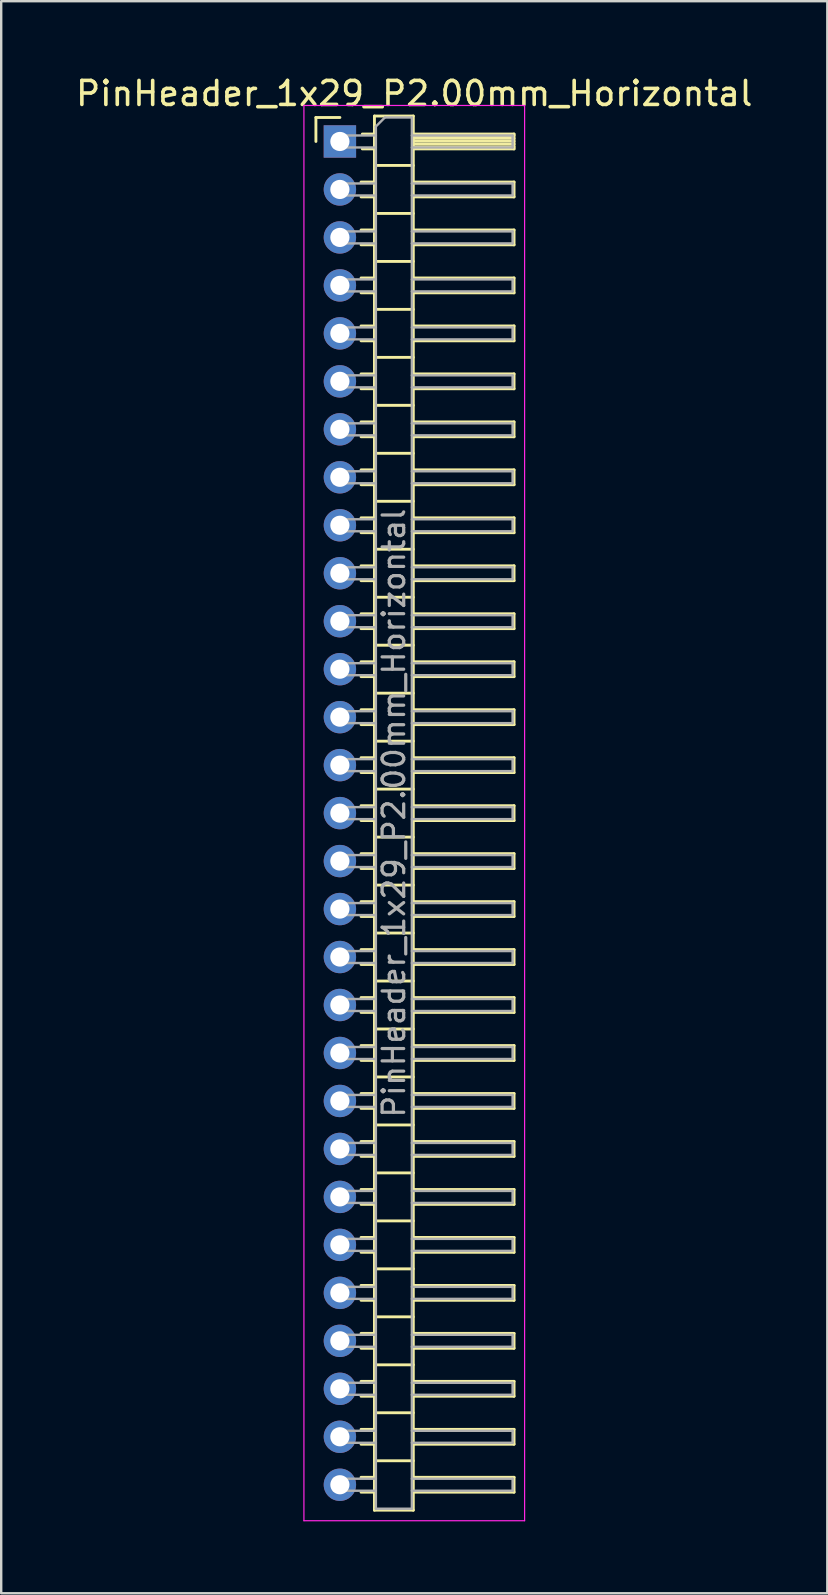
<source format=kicad_pcb>
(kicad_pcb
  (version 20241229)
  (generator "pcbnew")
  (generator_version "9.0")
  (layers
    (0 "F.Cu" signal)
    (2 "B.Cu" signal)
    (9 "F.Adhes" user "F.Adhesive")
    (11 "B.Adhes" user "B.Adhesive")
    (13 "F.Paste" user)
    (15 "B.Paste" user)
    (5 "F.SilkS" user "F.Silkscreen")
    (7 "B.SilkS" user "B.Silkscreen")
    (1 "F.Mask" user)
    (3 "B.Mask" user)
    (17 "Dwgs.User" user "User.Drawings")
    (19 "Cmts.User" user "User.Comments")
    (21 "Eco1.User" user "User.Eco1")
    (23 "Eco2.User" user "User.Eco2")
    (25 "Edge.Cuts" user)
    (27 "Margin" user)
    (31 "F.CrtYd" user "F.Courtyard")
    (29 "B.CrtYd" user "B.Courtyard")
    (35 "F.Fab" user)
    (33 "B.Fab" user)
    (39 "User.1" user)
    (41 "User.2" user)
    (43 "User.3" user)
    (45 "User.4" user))
  (footprint "PinHeader_1x29_P2.00mm_Horizontal"
    (layer "F.Cu")
    (at 11.12 2.848)
    (property "Reference" "PinHeader_1x29_P2.00mm_Horizontal" (at 3.1 -2 0) (layer "F.SilkS") (effects (font (size 1 1) (thickness 0.15))))
    (attr through_hole)
    (fp_line (start -1 -1) (end 0 -1) (stroke (width 0.12) (type solid)) (layer "F.SilkS"))
    (fp_line (start -1 0) (end -1 -1) (stroke (width 0.12) (type solid)) (layer "F.SilkS"))
    (fp_line (start 0.882 1.69) (end 1.44 1.69) (stroke (width 0.12) (type solid)) (layer "F.SilkS"))
    (fp_line (start 0.882 2.31) (end 1.44 2.31) (stroke (width 0.12) (type solid)) (layer "F.SilkS"))
    (fp_line (start 0.882 3.69) (end 1.44 3.69) (stroke (width 0.12) (type solid)) (layer "F.SilkS"))
    (fp_line (start 0.882 4.31) (end 1.44 4.31) (stroke (width 0.12) (type solid)) (layer "F.SilkS"))
    (fp_line (start 0.882 5.69) (end 1.44 5.69) (stroke (width 0.12) (type solid)) (layer "F.SilkS"))
    (fp_line (start 0.882 6.31) (end 1.44 6.31) (stroke (width 0.12) (type solid)) (layer "F.SilkS"))
    (fp_line (start 0.882 7.69) (end 1.44 7.69) (stroke (width 0.12) (type solid)) (layer "F.SilkS"))
    (fp_line (start 0.882 8.31) (end 1.44 8.31) (stroke (width 0.12) (type solid)) (layer "F.SilkS"))
    (fp_line (start 0.882 9.69) (end 1.44 9.69) (stroke (width 0.12) (type solid)) (layer "F.SilkS"))
    (fp_line (start 0.882 10.31) (end 1.44 10.31) (stroke (width 0.12) (type solid)) (layer "F.SilkS"))
    (fp_line (start 0.882 11.69) (end 1.44 11.69) (stroke (width 0.12) (type solid)) (layer "F.SilkS"))
    (fp_line (start 0.882 12.31) (end 1.44 12.31) (stroke (width 0.12) (type solid)) (layer "F.SilkS"))
    (fp_line (start 0.882 13.69) (end 1.44 13.69) (stroke (width 0.12) (type solid)) (layer "F.SilkS"))
    (fp_line (start 0.882 14.31) (end 1.44 14.31) (stroke (width 0.12) (type solid)) (layer "F.SilkS"))
    (fp_line (start 0.882 15.69) (end 1.44 15.69) (stroke (width 0.12) (type solid)) (layer "F.SilkS"))
    (fp_line (start 0.882 16.31) (end 1.44 16.31) (stroke (width 0.12) (type solid)) (layer "F.SilkS"))
    (fp_line (start 0.882 17.69) (end 1.44 17.69) (stroke (width 0.12) (type solid)) (layer "F.SilkS"))
    (fp_line (start 0.882 18.31) (end 1.44 18.31) (stroke (width 0.12) (type solid)) (layer "F.SilkS"))
    (fp_line (start 0.882 19.69) (end 1.44 19.69) (stroke (width 0.12) (type solid)) (layer "F.SilkS"))
    (fp_line (start 0.882 20.31) (end 1.44 20.31) (stroke (width 0.12) (type solid)) (layer "F.SilkS"))
    (fp_line (start 0.882 21.69) (end 1.44 21.69) (stroke (width 0.12) (type solid)) (layer "F.SilkS"))
    (fp_line (start 0.882 22.31) (end 1.44 22.31) (stroke (width 0.12) (type solid)) (layer "F.SilkS"))
    (fp_line (start 0.882 23.69) (end 1.44 23.69) (stroke (width 0.12) (type solid)) (layer "F.SilkS"))
    (fp_line (start 0.882 24.31) (end 1.44 24.31) (stroke (width 0.12) (type solid)) (layer "F.SilkS"))
    (fp_line (start 0.882 25.69) (end 1.44 25.69) (stroke (width 0.12) (type solid)) (layer "F.SilkS"))
    (fp_line (start 0.882 26.31) (end 1.44 26.31) (stroke (width 0.12) (type solid)) (layer "F.SilkS"))
    (fp_line (start 0.882 27.69) (end 1.44 27.69) (stroke (width 0.12) (type solid)) (layer "F.SilkS"))
    (fp_line (start 0.882 28.31) (end 1.44 28.31) (stroke (width 0.12) (type solid)) (layer "F.SilkS"))
    (fp_line (start 0.882 29.69) (end 1.44 29.69) (stroke (width 0.12) (type solid)) (layer "F.SilkS"))
    (fp_line (start 0.882 30.31) (end 1.44 30.31) (stroke (width 0.12) (type solid)) (layer "F.SilkS"))
    (fp_line (start 0.882 31.69) (end 1.44 31.69) (stroke (width 0.12) (type solid)) (layer "F.SilkS"))
    (fp_line (start 0.882 32.31) (end 1.44 32.31) (stroke (width 0.12) (type solid)) (layer "F.SilkS"))
    (fp_line (start 0.882 33.69) (end 1.44 33.69) (stroke (width 0.12) (type solid)) (layer "F.SilkS"))
    (fp_line (start 0.882 34.31) (end 1.44 34.31) (stroke (width 0.12) (type solid)) (layer "F.SilkS"))
    (fp_line (start 0.882 35.69) (end 1.44 35.69) (stroke (width 0.12) (type solid)) (layer "F.SilkS"))
    (fp_line (start 0.882 36.31) (end 1.44 36.31) (stroke (width 0.12) (type solid)) (layer "F.SilkS"))
    (fp_line (start 0.882 37.69) (end 1.44 37.69) (stroke (width 0.12) (type solid)) (layer "F.SilkS"))
    (fp_line (start 0.882 38.31) (end 1.44 38.31) (stroke (width 0.12) (type solid)) (layer "F.SilkS"))
    (fp_line (start 0.882 39.69) (end 1.44 39.69) (stroke (width 0.12) (type solid)) (layer "F.SilkS"))
    (fp_line (start 0.882 40.31) (end 1.44 40.31) (stroke (width 0.12) (type solid)) (layer "F.SilkS"))
    (fp_line (start 0.882 41.69) (end 1.44 41.69) (stroke (width 0.12) (type solid)) (layer "F.SilkS"))
    (fp_line (start 0.882 42.31) (end 1.44 42.31) (stroke (width 0.12) (type solid)) (layer "F.SilkS"))
    (fp_line (start 0.882 43.69) (end 1.44 43.69) (stroke (width 0.12) (type solid)) (layer "F.SilkS"))
    (fp_line (start 0.882 44.31) (end 1.44 44.31) (stroke (width 0.12) (type solid)) (layer "F.SilkS"))
    (fp_line (start 0.882 45.69) (end 1.44 45.69) (stroke (width 0.12) (type solid)) (layer "F.SilkS"))
    (fp_line (start 0.882 46.31) (end 1.44 46.31) (stroke (width 0.12) (type solid)) (layer "F.SilkS"))
    (fp_line (start 0.882 47.69) (end 1.44 47.69) (stroke (width 0.12) (type solid)) (layer "F.SilkS"))
    (fp_line (start 0.882 48.31) (end 1.44 48.31) (stroke (width 0.12) (type solid)) (layer "F.SilkS"))
    (fp_line (start 0.882 49.69) (end 1.44 49.69) (stroke (width 0.12) (type solid)) (layer "F.SilkS"))
    (fp_line (start 0.882 50.31) (end 1.44 50.31) (stroke (width 0.12) (type solid)) (layer "F.SilkS"))
    (fp_line (start 0.882 51.69) (end 1.44 51.69) (stroke (width 0.12) (type solid)) (layer "F.SilkS"))
    (fp_line (start 0.882 52.31) (end 1.44 52.31) (stroke (width 0.12) (type solid)) (layer "F.SilkS"))
    (fp_line (start 0.882 53.69) (end 1.44 53.69) (stroke (width 0.12) (type solid)) (layer "F.SilkS"))
    (fp_line (start 0.882 54.31) (end 1.44 54.31) (stroke (width 0.12) (type solid)) (layer "F.SilkS"))
    (fp_line (start 0.882 55.69) (end 1.44 55.69) (stroke (width 0.12) (type solid)) (layer "F.SilkS"))
    (fp_line (start 0.882 56.31) (end 1.44 56.31) (stroke (width 0.12) (type solid)) (layer "F.SilkS"))
    (fp_line (start 0.935 -0.31) (end 1.44 -0.31) (stroke (width 0.12) (type solid)) (layer "F.SilkS"))
    (fp_line (start 0.935 0.31) (end 1.44 0.31) (stroke (width 0.12) (type solid)) (layer "F.SilkS"))
    (fp_line (start 1.44 -1.06) (end 1.44 57.06) (stroke (width 0.12) (type solid)) (layer "F.SilkS"))
    (fp_line (start 1.44 1) (end 3.06 1) (stroke (width 0.12) (type solid)) (layer "F.SilkS"))
    (fp_line (start 1.44 3) (end 3.06 3) (stroke (width 0.12) (type solid)) (layer "F.SilkS"))
    (fp_line (start 1.44 5) (end 3.06 5) (stroke (width 0.12) (type solid)) (layer "F.SilkS"))
    (fp_line (start 1.44 7) (end 3.06 7) (stroke (width 0.12) (type solid)) (layer "F.SilkS"))
    (fp_line (start 1.44 9) (end 3.06 9) (stroke (width 0.12) (type solid)) (layer "F.SilkS"))
    (fp_line (start 1.44 11) (end 3.06 11) (stroke (width 0.12) (type solid)) (layer "F.SilkS"))
    (fp_line (start 1.44 13) (end 3.06 13) (stroke (width 0.12) (type solid)) (layer "F.SilkS"))
    (fp_line (start 1.44 15) (end 3.06 15) (stroke (width 0.12) (type solid)) (layer "F.SilkS"))
    (fp_line (start 1.44 17) (end 3.06 17) (stroke (width 0.12) (type solid)) (layer "F.SilkS"))
    (fp_line (start 1.44 19) (end 3.06 19) (stroke (width 0.12) (type solid)) (layer "F.SilkS"))
    (fp_line (start 1.44 21) (end 3.06 21) (stroke (width 0.12) (type solid)) (layer "F.SilkS"))
    (fp_line (start 1.44 23) (end 3.06 23) (stroke (width 0.12) (type solid)) (layer "F.SilkS"))
    (fp_line (start 1.44 25) (end 3.06 25) (stroke (width 0.12) (type solid)) (layer "F.SilkS"))
    (fp_line (start 1.44 27) (end 3.06 27) (stroke (width 0.12) (type solid)) (layer "F.SilkS"))
    (fp_line (start 1.44 29) (end 3.06 29) (stroke (width 0.12) (type solid)) (layer "F.SilkS"))
    (fp_line (start 1.44 31) (end 3.06 31) (stroke (width 0.12) (type solid)) (layer "F.SilkS"))
    (fp_line (start 1.44 33) (end 3.06 33) (stroke (width 0.12) (type solid)) (layer "F.SilkS"))
    (fp_line (start 1.44 35) (end 3.06 35) (stroke (width 0.12) (type solid)) (layer "F.SilkS"))
    (fp_line (start 1.44 37) (end 3.06 37) (stroke (width 0.12) (type solid)) (layer "F.SilkS"))
    (fp_line (start 1.44 39) (end 3.06 39) (stroke (width 0.12) (type solid)) (layer "F.SilkS"))
    (fp_line (start 1.44 41) (end 3.06 41) (stroke (width 0.12) (type solid)) (layer "F.SilkS"))
    (fp_line (start 1.44 43) (end 3.06 43) (stroke (width 0.12) (type solid)) (layer "F.SilkS"))
    (fp_line (start 1.44 45) (end 3.06 45) (stroke (width 0.12) (type solid)) (layer "F.SilkS"))
    (fp_line (start 1.44 47) (end 3.06 47) (stroke (width 0.12) (type solid)) (layer "F.SilkS"))
    (fp_line (start 1.44 49) (end 3.06 49) (stroke (width 0.12) (type solid)) (layer "F.SilkS"))
    (fp_line (start 1.44 51) (end 3.06 51) (stroke (width 0.12) (type solid)) (layer "F.SilkS"))
    (fp_line (start 1.44 53) (end 3.06 53) (stroke (width 0.12) (type solid)) (layer "F.SilkS"))
    (fp_line (start 1.44 55) (end 3.06 55) (stroke (width 0.12) (type solid)) (layer "F.SilkS"))
    (fp_line (start 1.44 57.06) (end 3.06 57.06) (stroke (width 0.12) (type solid)) (layer "F.SilkS"))
    (fp_line (start 3.06 -1.06) (end 1.44 -1.06) (stroke (width 0.12) (type solid)) (layer "F.SilkS"))
    (fp_line (start 3.06 -0.31) (end 7.26 -0.31) (stroke (width 0.12) (type solid)) (layer "F.SilkS"))
    (fp_line (start 3.06 -0.25) (end 7.26 -0.25) (stroke (width 0.12) (type solid)) (layer "F.SilkS"))
    (fp_line (start 3.06 -0.13) (end 7.26 -0.13) (stroke (width 0.12) (type solid)) (layer "F.SilkS"))
    (fp_line (start 3.06 -0.01) (end 7.26 -0.01) (stroke (width 0.12) (type solid)) (layer "F.SilkS"))
    (fp_line (start 3.06 0.11) (end 7.26 0.11) (stroke (width 0.12) (type solid)) (layer "F.SilkS"))
    (fp_line (start 3.06 0.23) (end 7.26 0.23) (stroke (width 0.12) (type solid)) (layer "F.SilkS"))
    (fp_line (start 3.06 1.69) (end 7.26 1.69) (stroke (width 0.12) (type solid)) (layer "F.SilkS"))
    (fp_line (start 3.06 3.69) (end 7.26 3.69) (stroke (width 0.12) (type solid)) (layer "F.SilkS"))
    (fp_line (start 3.06 5.69) (end 7.26 5.69) (stroke (width 0.12) (type solid)) (layer "F.SilkS"))
    (fp_line (start 3.06 7.69) (end 7.26 7.69) (stroke (width 0.12) (type solid)) (layer "F.SilkS"))
    (fp_line (start 3.06 9.69) (end 7.26 9.69) (stroke (width 0.12) (type solid)) (layer "F.SilkS"))
    (fp_line (start 3.06 11.69) (end 7.26 11.69) (stroke (width 0.12) (type solid)) (layer "F.SilkS"))
    (fp_line (start 3.06 13.69) (end 7.26 13.69) (stroke (width 0.12) (type solid)) (layer "F.SilkS"))
    (fp_line (start 3.06 15.69) (end 7.26 15.69) (stroke (width 0.12) (type solid)) (layer "F.SilkS"))
    (fp_line (start 3.06 17.69) (end 7.26 17.69) (stroke (width 0.12) (type solid)) (layer "F.SilkS"))
    (fp_line (start 3.06 19.69) (end 7.26 19.69) (stroke (width 0.12) (type solid)) (layer "F.SilkS"))
    (fp_line (start 3.06 21.69) (end 7.26 21.69) (stroke (width 0.12) (type solid)) (layer "F.SilkS"))
    (fp_line (start 3.06 23.69) (end 7.26 23.69) (stroke (width 0.12) (type solid)) (layer "F.SilkS"))
    (fp_line (start 3.06 25.69) (end 7.26 25.69) (stroke (width 0.12) (type solid)) (layer "F.SilkS"))
    (fp_line (start 3.06 27.69) (end 7.26 27.69) (stroke (width 0.12) (type solid)) (layer "F.SilkS"))
    (fp_line (start 3.06 29.69) (end 7.26 29.69) (stroke (width 0.12) (type solid)) (layer "F.SilkS"))
    (fp_line (start 3.06 31.69) (end 7.26 31.69) (stroke (width 0.12) (type solid)) (layer "F.SilkS"))
    (fp_line (start 3.06 33.69) (end 7.26 33.69) (stroke (width 0.12) (type solid)) (layer "F.SilkS"))
    (fp_line (start 3.06 35.69) (end 7.26 35.69) (stroke (width 0.12) (type solid)) (layer "F.SilkS"))
    (fp_line (start 3.06 37.69) (end 7.26 37.69) (stroke (width 0.12) (type solid)) (layer "F.SilkS"))
    (fp_line (start 3.06 39.69) (end 7.26 39.69) (stroke (width 0.12) (type solid)) (layer "F.SilkS"))
    (fp_line (start 3.06 41.69) (end 7.26 41.69) (stroke (width 0.12) (type solid)) (layer "F.SilkS"))
    (fp_line (start 3.06 43.69) (end 7.26 43.69) (stroke (width 0.12) (type solid)) (layer "F.SilkS"))
    (fp_line (start 3.06 45.69) (end 7.26 45.69) (stroke (width 0.12) (type solid)) (layer "F.SilkS"))
    (fp_line (start 3.06 47.69) (end 7.26 47.69) (stroke (width 0.12) (type solid)) (layer "F.SilkS"))
    (fp_line (start 3.06 49.69) (end 7.26 49.69) (stroke (width 0.12) (type solid)) (layer "F.SilkS"))
    (fp_line (start 3.06 51.69) (end 7.26 51.69) (stroke (width 0.12) (type solid)) (layer "F.SilkS"))
    (fp_line (start 3.06 53.69) (end 7.26 53.69) (stroke (width 0.12) (type solid)) (layer "F.SilkS"))
    (fp_line (start 3.06 55.69) (end 7.26 55.69) (stroke (width 0.12) (type solid)) (layer "F.SilkS"))
    (fp_line (start 3.06 57.06) (end 3.06 -1.06) (stroke (width 0.12) (type solid)) (layer "F.SilkS"))
    (fp_line (start 7.26 -0.31) (end 7.26 0.31) (stroke (width 0.12) (type solid)) (layer "F.SilkS"))
    (fp_line (start 7.26 0.31) (end 3.06 0.31) (stroke (width 0.12) (type solid)) (layer "F.SilkS"))
    (fp_line (start 7.26 1.69) (end 7.26 2.31) (stroke (width 0.12) (type solid)) (layer "F.SilkS"))
    (fp_line (start 7.26 2.31) (end 3.06 2.31) (stroke (width 0.12) (type solid)) (layer "F.SilkS"))
    (fp_line (start 7.26 3.69) (end 7.26 4.31) (stroke (width 0.12) (type solid)) (layer "F.SilkS"))
    (fp_line (start 7.26 4.31) (end 3.06 4.31) (stroke (width 0.12) (type solid)) (layer "F.SilkS"))
    (fp_line (start 7.26 5.69) (end 7.26 6.31) (stroke (width 0.12) (type solid)) (layer "F.SilkS"))
    (fp_line (start 7.26 6.31) (end 3.06 6.31) (stroke (width 0.12) (type solid)) (layer "F.SilkS"))
    (fp_line (start 7.26 7.69) (end 7.26 8.31) (stroke (width 0.12) (type solid)) (layer "F.SilkS"))
    (fp_line (start 7.26 8.31) (end 3.06 8.31) (stroke (width 0.12) (type solid)) (layer "F.SilkS"))
    (fp_line (start 7.26 9.69) (end 7.26 10.31) (stroke (width 0.12) (type solid)) (layer "F.SilkS"))
    (fp_line (start 7.26 10.31) (end 3.06 10.31) (stroke (width 0.12) (type solid)) (layer "F.SilkS"))
    (fp_line (start 7.26 11.69) (end 7.26 12.31) (stroke (width 0.12) (type solid)) (layer "F.SilkS"))
    (fp_line (start 7.26 12.31) (end 3.06 12.31) (stroke (width 0.12) (type solid)) (layer "F.SilkS"))
    (fp_line (start 7.26 13.69) (end 7.26 14.31) (stroke (width 0.12) (type solid)) (layer "F.SilkS"))
    (fp_line (start 7.26 14.31) (end 3.06 14.31) (stroke (width 0.12) (type solid)) (layer "F.SilkS"))
    (fp_line (start 7.26 15.69) (end 7.26 16.31) (stroke (width 0.12) (type solid)) (layer "F.SilkS"))
    (fp_line (start 7.26 16.31) (end 3.06 16.31) (stroke (width 0.12) (type solid)) (layer "F.SilkS"))
    (fp_line (start 7.26 17.69) (end 7.26 18.31) (stroke (width 0.12) (type solid)) (layer "F.SilkS"))
    (fp_line (start 7.26 18.31) (end 3.06 18.31) (stroke (width 0.12) (type solid)) (layer "F.SilkS"))
    (fp_line (start 7.26 19.69) (end 7.26 20.31) (stroke (width 0.12) (type solid)) (layer "F.SilkS"))
    (fp_line (start 7.26 20.31) (end 3.06 20.31) (stroke (width 0.12) (type solid)) (layer "F.SilkS"))
    (fp_line (start 7.26 21.69) (end 7.26 22.31) (stroke (width 0.12) (type solid)) (layer "F.SilkS"))
    (fp_line (start 7.26 22.31) (end 3.06 22.31) (stroke (width 0.12) (type solid)) (layer "F.SilkS"))
    (fp_line (start 7.26 23.69) (end 7.26 24.31) (stroke (width 0.12) (type solid)) (layer "F.SilkS"))
    (fp_line (start 7.26 24.31) (end 3.06 24.31) (stroke (width 0.12) (type solid)) (layer "F.SilkS"))
    (fp_line (start 7.26 25.69) (end 7.26 26.31) (stroke (width 0.12) (type solid)) (layer "F.SilkS"))
    (fp_line (start 7.26 26.31) (end 3.06 26.31) (stroke (width 0.12) (type solid)) (layer "F.SilkS"))
    (fp_line (start 7.26 27.69) (end 7.26 28.31) (stroke (width 0.12) (type solid)) (layer "F.SilkS"))
    (fp_line (start 7.26 28.31) (end 3.06 28.31) (stroke (width 0.12) (type solid)) (layer "F.SilkS"))
    (fp_line (start 7.26 29.69) (end 7.26 30.31) (stroke (width 0.12) (type solid)) (layer "F.SilkS"))
    (fp_line (start 7.26 30.31) (end 3.06 30.31) (stroke (width 0.12) (type solid)) (layer "F.SilkS"))
    (fp_line (start 7.26 31.69) (end 7.26 32.31) (stroke (width 0.12) (type solid)) (layer "F.SilkS"))
    (fp_line (start 7.26 32.31) (end 3.06 32.31) (stroke (width 0.12) (type solid)) (layer "F.SilkS"))
    (fp_line (start 7.26 33.69) (end 7.26 34.31) (stroke (width 0.12) (type solid)) (layer "F.SilkS"))
    (fp_line (start 7.26 34.31) (end 3.06 34.31) (stroke (width 0.12) (type solid)) (layer "F.SilkS"))
    (fp_line (start 7.26 35.69) (end 7.26 36.31) (stroke (width 0.12) (type solid)) (layer "F.SilkS"))
    (fp_line (start 7.26 36.31) (end 3.06 36.31) (stroke (width 0.12) (type solid)) (layer "F.SilkS"))
    (fp_line (start 7.26 37.69) (end 7.26 38.31) (stroke (width 0.12) (type solid)) (layer "F.SilkS"))
    (fp_line (start 7.26 38.31) (end 3.06 38.31) (stroke (width 0.12) (type solid)) (layer "F.SilkS"))
    (fp_line (start 7.26 39.69) (end 7.26 40.31) (stroke (width 0.12) (type solid)) (layer "F.SilkS"))
    (fp_line (start 7.26 40.31) (end 3.06 40.31) (stroke (width 0.12) (type solid)) (layer "F.SilkS"))
    (fp_line (start 7.26 41.69) (end 7.26 42.31) (stroke (width 0.12) (type solid)) (layer "F.SilkS"))
    (fp_line (start 7.26 42.31) (end 3.06 42.31) (stroke (width 0.12) (type solid)) (layer "F.SilkS"))
    (fp_line (start 7.26 43.69) (end 7.26 44.31) (stroke (width 0.12) (type solid)) (layer "F.SilkS"))
    (fp_line (start 7.26 44.31) (end 3.06 44.31) (stroke (width 0.12) (type solid)) (layer "F.SilkS"))
    (fp_line (start 7.26 45.69) (end 7.26 46.31) (stroke (width 0.12) (type solid)) (layer "F.SilkS"))
    (fp_line (start 7.26 46.31) (end 3.06 46.31) (stroke (width 0.12) (type solid)) (layer "F.SilkS"))
    (fp_line (start 7.26 47.69) (end 7.26 48.31) (stroke (width 0.12) (type solid)) (layer "F.SilkS"))
    (fp_line (start 7.26 48.31) (end 3.06 48.31) (stroke (width 0.12) (type solid)) (layer "F.SilkS"))
    (fp_line (start 7.26 49.69) (end 7.26 50.31) (stroke (width 0.12) (type solid)) (layer "F.SilkS"))
    (fp_line (start 7.26 50.31) (end 3.06 50.31) (stroke (width 0.12) (type solid)) (layer "F.SilkS"))
    (fp_line (start 7.26 51.69) (end 7.26 52.31) (stroke (width 0.12) (type solid)) (layer "F.SilkS"))
    (fp_line (start 7.26 52.31) (end 3.06 52.31) (stroke (width 0.12) (type solid)) (layer "F.SilkS"))
    (fp_line (start 7.26 53.69) (end 7.26 54.31) (stroke (width 0.12) (type solid)) (layer "F.SilkS"))
    (fp_line (start 7.26 54.31) (end 3.06 54.31) (stroke (width 0.12) (type solid)) (layer "F.SilkS"))
    (fp_line (start 7.26 55.69) (end 7.26 56.31) (stroke (width 0.12) (type solid)) (layer "F.SilkS"))
    (fp_line (start 7.26 56.31) (end 3.06 56.31) (stroke (width 0.12) (type solid)) (layer "F.SilkS"))
    (fp_line (start -1.5 -1.5) (end -1.5 57.5) (stroke (width 0.05) (type solid)) (layer "F.CrtYd"))
    (fp_line (start -1.5 57.5) (end 7.7 57.5) (stroke (width 0.05) (type solid)) (layer "F.CrtYd"))
    (fp_line (start 7.7 -1.5) (end -1.5 -1.5) (stroke (width 0.05) (type solid)) (layer "F.CrtYd"))
    (fp_line (start 7.7 57.5) (end 7.7 -1.5) (stroke (width 0.05) (type solid)) (layer "F.CrtYd"))
    (fp_line (start -0.25 -0.25) (end -0.25 0.25) (stroke (width 0.1) (type solid)) (layer "F.Fab"))
    (fp_line (start -0.25 -0.25) (end 1.5 -0.25) (stroke (width 0.1) (type solid)) (layer "F.Fab"))
    (fp_line (start -0.25 0.25) (end 1.5 0.25) (stroke (width 0.1) (type solid)) (layer "F.Fab"))
    (fp_line (start -0.25 1.75) (end -0.25 2.25) (stroke (width 0.1) (type solid)) (layer "F.Fab"))
    (fp_line (start -0.25 1.75) (end 1.5 1.75) (stroke (width 0.1) (type solid)) (layer "F.Fab"))
    (fp_line (start -0.25 2.25) (end 1.5 2.25) (stroke (width 0.1) (type solid)) (layer "F.Fab"))
    (fp_line (start -0.25 3.75) (end -0.25 4.25) (stroke (width 0.1) (type solid)) (layer "F.Fab"))
    (fp_line (start -0.25 3.75) (end 1.5 3.75) (stroke (width 0.1) (type solid)) (layer "F.Fab"))
    (fp_line (start -0.25 4.25) (end 1.5 4.25) (stroke (width 0.1) (type solid)) (layer "F.Fab"))
    (fp_line (start -0.25 5.75) (end -0.25 6.25) (stroke (width 0.1) (type solid)) (layer "F.Fab"))
    (fp_line (start -0.25 5.75) (end 1.5 5.75) (stroke (width 0.1) (type solid)) (layer "F.Fab"))
    (fp_line (start -0.25 6.25) (end 1.5 6.25) (stroke (width 0.1) (type solid)) (layer "F.Fab"))
    (fp_line (start -0.25 7.75) (end -0.25 8.25) (stroke (width 0.1) (type solid)) (layer "F.Fab"))
    (fp_line (start -0.25 7.75) (end 1.5 7.75) (stroke (width 0.1) (type solid)) (layer "F.Fab"))
    (fp_line (start -0.25 8.25) (end 1.5 8.25) (stroke (width 0.1) (type solid)) (layer "F.Fab"))
    (fp_line (start -0.25 9.75) (end -0.25 10.25) (stroke (width 0.1) (type solid)) (layer "F.Fab"))
    (fp_line (start -0.25 9.75) (end 1.5 9.75) (stroke (width 0.1) (type solid)) (layer "F.Fab"))
    (fp_line (start -0.25 10.25) (end 1.5 10.25) (stroke (width 0.1) (type solid)) (layer "F.Fab"))
    (fp_line (start -0.25 11.75) (end -0.25 12.25) (stroke (width 0.1) (type solid)) (layer "F.Fab"))
    (fp_line (start -0.25 11.75) (end 1.5 11.75) (stroke (width 0.1) (type solid)) (layer "F.Fab"))
    (fp_line (start -0.25 12.25) (end 1.5 12.25) (stroke (width 0.1) (type solid)) (layer "F.Fab"))
    (fp_line (start -0.25 13.75) (end -0.25 14.25) (stroke (width 0.1) (type solid)) (layer "F.Fab"))
    (fp_line (start -0.25 13.75) (end 1.5 13.75) (stroke (width 0.1) (type solid)) (layer "F.Fab"))
    (fp_line (start -0.25 14.25) (end 1.5 14.25) (stroke (width 0.1) (type solid)) (layer "F.Fab"))
    (fp_line (start -0.25 15.75) (end -0.25 16.25) (stroke (width 0.1) (type solid)) (layer "F.Fab"))
    (fp_line (start -0.25 15.75) (end 1.5 15.75) (stroke (width 0.1) (type solid)) (layer "F.Fab"))
    (fp_line (start -0.25 16.25) (end 1.5 16.25) (stroke (width 0.1) (type solid)) (layer "F.Fab"))
    (fp_line (start -0.25 17.75) (end -0.25 18.25) (stroke (width 0.1) (type solid)) (layer "F.Fab"))
    (fp_line (start -0.25 17.75) (end 1.5 17.75) (stroke (width 0.1) (type solid)) (layer "F.Fab"))
    (fp_line (start -0.25 18.25) (end 1.5 18.25) (stroke (width 0.1) (type solid)) (layer "F.Fab"))
    (fp_line (start -0.25 19.75) (end -0.25 20.25) (stroke (width 0.1) (type solid)) (layer "F.Fab"))
    (fp_line (start -0.25 19.75) (end 1.5 19.75) (stroke (width 0.1) (type solid)) (layer "F.Fab"))
    (fp_line (start -0.25 20.25) (end 1.5 20.25) (stroke (width 0.1) (type solid)) (layer "F.Fab"))
    (fp_line (start -0.25 21.75) (end -0.25 22.25) (stroke (width 0.1) (type solid)) (layer "F.Fab"))
    (fp_line (start -0.25 21.75) (end 1.5 21.75) (stroke (width 0.1) (type solid)) (layer "F.Fab"))
    (fp_line (start -0.25 22.25) (end 1.5 22.25) (stroke (width 0.1) (type solid)) (layer "F.Fab"))
    (fp_line (start -0.25 23.75) (end -0.25 24.25) (stroke (width 0.1) (type solid)) (layer "F.Fab"))
    (fp_line (start -0.25 23.75) (end 1.5 23.75) (stroke (width 0.1) (type solid)) (layer "F.Fab"))
    (fp_line (start -0.25 24.25) (end 1.5 24.25) (stroke (width 0.1) (type solid)) (layer "F.Fab"))
    (fp_line (start -0.25 25.75) (end -0.25 26.25) (stroke (width 0.1) (type solid)) (layer "F.Fab"))
    (fp_line (start -0.25 25.75) (end 1.5 25.75) (stroke (width 0.1) (type solid)) (layer "F.Fab"))
    (fp_line (start -0.25 26.25) (end 1.5 26.25) (stroke (width 0.1) (type solid)) (layer "F.Fab"))
    (fp_line (start -0.25 27.75) (end -0.25 28.25) (stroke (width 0.1) (type solid)) (layer "F.Fab"))
    (fp_line (start -0.25 27.75) (end 1.5 27.75) (stroke (width 0.1) (type solid)) (layer "F.Fab"))
    (fp_line (start -0.25 28.25) (end 1.5 28.25) (stroke (width 0.1) (type solid)) (layer "F.Fab"))
    (fp_line (start -0.25 29.75) (end -0.25 30.25) (stroke (width 0.1) (type solid)) (layer "F.Fab"))
    (fp_line (start -0.25 29.75) (end 1.5 29.75) (stroke (width 0.1) (type solid)) (layer "F.Fab"))
    (fp_line (start -0.25 30.25) (end 1.5 30.25) (stroke (width 0.1) (type solid)) (layer "F.Fab"))
    (fp_line (start -0.25 31.75) (end -0.25 32.25) (stroke (width 0.1) (type solid)) (layer "F.Fab"))
    (fp_line (start -0.25 31.75) (end 1.5 31.75) (stroke (width 0.1) (type solid)) (layer "F.Fab"))
    (fp_line (start -0.25 32.25) (end 1.5 32.25) (stroke (width 0.1) (type solid)) (layer "F.Fab"))
    (fp_line (start -0.25 33.75) (end -0.25 34.25) (stroke (width 0.1) (type solid)) (layer "F.Fab"))
    (fp_line (start -0.25 33.75) (end 1.5 33.75) (stroke (width 0.1) (type solid)) (layer "F.Fab"))
    (fp_line (start -0.25 34.25) (end 1.5 34.25) (stroke (width 0.1) (type solid)) (layer "F.Fab"))
    (fp_line (start -0.25 35.75) (end -0.25 36.25) (stroke (width 0.1) (type solid)) (layer "F.Fab"))
    (fp_line (start -0.25 35.75) (end 1.5 35.75) (stroke (width 0.1) (type solid)) (layer "F.Fab"))
    (fp_line (start -0.25 36.25) (end 1.5 36.25) (stroke (width 0.1) (type solid)) (layer "F.Fab"))
    (fp_line (start -0.25 37.75) (end -0.25 38.25) (stroke (width 0.1) (type solid)) (layer "F.Fab"))
    (fp_line (start -0.25 37.75) (end 1.5 37.75) (stroke (width 0.1) (type solid)) (layer "F.Fab"))
    (fp_line (start -0.25 38.25) (end 1.5 38.25) (stroke (width 0.1) (type solid)) (layer "F.Fab"))
    (fp_line (start -0.25 39.75) (end -0.25 40.25) (stroke (width 0.1) (type solid)) (layer "F.Fab"))
    (fp_line (start -0.25 39.75) (end 1.5 39.75) (stroke (width 0.1) (type solid)) (layer "F.Fab"))
    (fp_line (start -0.25 40.25) (end 1.5 40.25) (stroke (width 0.1) (type solid)) (layer "F.Fab"))
    (fp_line (start -0.25 41.75) (end -0.25 42.25) (stroke (width 0.1) (type solid)) (layer "F.Fab"))
    (fp_line (start -0.25 41.75) (end 1.5 41.75) (stroke (width 0.1) (type solid)) (layer "F.Fab"))
    (fp_line (start -0.25 42.25) (end 1.5 42.25) (stroke (width 0.1) (type solid)) (layer "F.Fab"))
    (fp_line (start -0.25 43.75) (end -0.25 44.25) (stroke (width 0.1) (type solid)) (layer "F.Fab"))
    (fp_line (start -0.25 43.75) (end 1.5 43.75) (stroke (width 0.1) (type solid)) (layer "F.Fab"))
    (fp_line (start -0.25 44.25) (end 1.5 44.25) (stroke (width 0.1) (type solid)) (layer "F.Fab"))
    (fp_line (start -0.25 45.75) (end -0.25 46.25) (stroke (width 0.1) (type solid)) (layer "F.Fab"))
    (fp_line (start -0.25 45.75) (end 1.5 45.75) (stroke (width 0.1) (type solid)) (layer "F.Fab"))
    (fp_line (start -0.25 46.25) (end 1.5 46.25) (stroke (width 0.1) (type solid)) (layer "F.Fab"))
    (fp_line (start -0.25 47.75) (end -0.25 48.25) (stroke (width 0.1) (type solid)) (layer "F.Fab"))
    (fp_line (start -0.25 47.75) (end 1.5 47.75) (stroke (width 0.1) (type solid)) (layer "F.Fab"))
    (fp_line (start -0.25 48.25) (end 1.5 48.25) (stroke (width 0.1) (type solid)) (layer "F.Fab"))
    (fp_line (start -0.25 49.75) (end -0.25 50.25) (stroke (width 0.1) (type solid)) (layer "F.Fab"))
    (fp_line (start -0.25 49.75) (end 1.5 49.75) (stroke (width 0.1) (type solid)) (layer "F.Fab"))
    (fp_line (start -0.25 50.25) (end 1.5 50.25) (stroke (width 0.1) (type solid)) (layer "F.Fab"))
    (fp_line (start -0.25 51.75) (end -0.25 52.25) (stroke (width 0.1) (type solid)) (layer "F.Fab"))
    (fp_line (start -0.25 51.75) (end 1.5 51.75) (stroke (width 0.1) (type solid)) (layer "F.Fab"))
    (fp_line (start -0.25 52.25) (end 1.5 52.25) (stroke (width 0.1) (type solid)) (layer "F.Fab"))
    (fp_line (start -0.25 53.75) (end -0.25 54.25) (stroke (width 0.1) (type solid)) (layer "F.Fab"))
    (fp_line (start -0.25 53.75) (end 1.5 53.75) (stroke (width 0.1) (type solid)) (layer "F.Fab"))
    (fp_line (start -0.25 54.25) (end 1.5 54.25) (stroke (width 0.1) (type solid)) (layer "F.Fab"))
    (fp_line (start -0.25 55.75) (end -0.25 56.25) (stroke (width 0.1) (type solid)) (layer "F.Fab"))
    (fp_line (start -0.25 55.75) (end 1.5 55.75) (stroke (width 0.1) (type solid)) (layer "F.Fab"))
    (fp_line (start -0.25 56.25) (end 1.5 56.25) (stroke (width 0.1) (type solid)) (layer "F.Fab"))
    (fp_line (start 1.5 -0.625) (end 1.875 -1) (stroke (width 0.1) (type solid)) (layer "F.Fab"))
    (fp_line (start 1.5 57) (end 1.5 -0.625) (stroke (width 0.1) (type solid)) (layer "F.Fab"))
    (fp_line (start 1.875 -1) (end 3 -1) (stroke (width 0.1) (type solid)) (layer "F.Fab"))
    (fp_line (start 3 -1) (end 3 57) (stroke (width 0.1) (type solid)) (layer "F.Fab"))
    (fp_line (start 3 -0.25) (end 7.2 -0.25) (stroke (width 0.1) (type solid)) (layer "F.Fab"))
    (fp_line (start 3 0.25) (end 7.2 0.25) (stroke (width 0.1) (type solid)) (layer "F.Fab"))
    (fp_line (start 3 1.75) (end 7.2 1.75) (stroke (width 0.1) (type solid)) (layer "F.Fab"))
    (fp_line (start 3 2.25) (end 7.2 2.25) (stroke (width 0.1) (type solid)) (layer "F.Fab"))
    (fp_line (start 3 3.75) (end 7.2 3.75) (stroke (width 0.1) (type solid)) (layer "F.Fab"))
    (fp_line (start 3 4.25) (end 7.2 4.25) (stroke (width 0.1) (type solid)) (layer "F.Fab"))
    (fp_line (start 3 5.75) (end 7.2 5.75) (stroke (width 0.1) (type solid)) (layer "F.Fab"))
    (fp_line (start 3 6.25) (end 7.2 6.25) (stroke (width 0.1) (type solid)) (layer "F.Fab"))
    (fp_line (start 3 7.75) (end 7.2 7.75) (stroke (width 0.1) (type solid)) (layer "F.Fab"))
    (fp_line (start 3 8.25) (end 7.2 8.25) (stroke (width 0.1) (type solid)) (layer "F.Fab"))
    (fp_line (start 3 9.75) (end 7.2 9.75) (stroke (width 0.1) (type solid)) (layer "F.Fab"))
    (fp_line (start 3 10.25) (end 7.2 10.25) (stroke (width 0.1) (type solid)) (layer "F.Fab"))
    (fp_line (start 3 11.75) (end 7.2 11.75) (stroke (width 0.1) (type solid)) (layer "F.Fab"))
    (fp_line (start 3 12.25) (end 7.2 12.25) (stroke (width 0.1) (type solid)) (layer "F.Fab"))
    (fp_line (start 3 13.75) (end 7.2 13.75) (stroke (width 0.1) (type solid)) (layer "F.Fab"))
    (fp_line (start 3 14.25) (end 7.2 14.25) (stroke (width 0.1) (type solid)) (layer "F.Fab"))
    (fp_line (start 3 15.75) (end 7.2 15.75) (stroke (width 0.1) (type solid)) (layer "F.Fab"))
    (fp_line (start 3 16.25) (end 7.2 16.25) (stroke (width 0.1) (type solid)) (layer "F.Fab"))
    (fp_line (start 3 17.75) (end 7.2 17.75) (stroke (width 0.1) (type solid)) (layer "F.Fab"))
    (fp_line (start 3 18.25) (end 7.2 18.25) (stroke (width 0.1) (type solid)) (layer "F.Fab"))
    (fp_line (start 3 19.75) (end 7.2 19.75) (stroke (width 0.1) (type solid)) (layer "F.Fab"))
    (fp_line (start 3 20.25) (end 7.2 20.25) (stroke (width 0.1) (type solid)) (layer "F.Fab"))
    (fp_line (start 3 21.75) (end 7.2 21.75) (stroke (width 0.1) (type solid)) (layer "F.Fab"))
    (fp_line (start 3 22.25) (end 7.2 22.25) (stroke (width 0.1) (type solid)) (layer "F.Fab"))
    (fp_line (start 3 23.75) (end 7.2 23.75) (stroke (width 0.1) (type solid)) (layer "F.Fab"))
    (fp_line (start 3 24.25) (end 7.2 24.25) (stroke (width 0.1) (type solid)) (layer "F.Fab"))
    (fp_line (start 3 25.75) (end 7.2 25.75) (stroke (width 0.1) (type solid)) (layer "F.Fab"))
    (fp_line (start 3 26.25) (end 7.2 26.25) (stroke (width 0.1) (type solid)) (layer "F.Fab"))
    (fp_line (start 3 27.75) (end 7.2 27.75) (stroke (width 0.1) (type solid)) (layer "F.Fab"))
    (fp_line (start 3 28.25) (end 7.2 28.25) (stroke (width 0.1) (type solid)) (layer "F.Fab"))
    (fp_line (start 3 29.75) (end 7.2 29.75) (stroke (width 0.1) (type solid)) (layer "F.Fab"))
    (fp_line (start 3 30.25) (end 7.2 30.25) (stroke (width 0.1) (type solid)) (layer "F.Fab"))
    (fp_line (start 3 31.75) (end 7.2 31.75) (stroke (width 0.1) (type solid)) (layer "F.Fab"))
    (fp_line (start 3 32.25) (end 7.2 32.25) (stroke (width 0.1) (type solid)) (layer "F.Fab"))
    (fp_line (start 3 33.75) (end 7.2 33.75) (stroke (width 0.1) (type solid)) (layer "F.Fab"))
    (fp_line (start 3 34.25) (end 7.2 34.25) (stroke (width 0.1) (type solid)) (layer "F.Fab"))
    (fp_line (start 3 35.75) (end 7.2 35.75) (stroke (width 0.1) (type solid)) (layer "F.Fab"))
    (fp_line (start 3 36.25) (end 7.2 36.25) (stroke (width 0.1) (type solid)) (layer "F.Fab"))
    (fp_line (start 3 37.75) (end 7.2 37.75) (stroke (width 0.1) (type solid)) (layer "F.Fab"))
    (fp_line (start 3 38.25) (end 7.2 38.25) (stroke (width 0.1) (type solid)) (layer "F.Fab"))
    (fp_line (start 3 39.75) (end 7.2 39.75) (stroke (width 0.1) (type solid)) (layer "F.Fab"))
    (fp_line (start 3 40.25) (end 7.2 40.25) (stroke (width 0.1) (type solid)) (layer "F.Fab"))
    (fp_line (start 3 41.75) (end 7.2 41.75) (stroke (width 0.1) (type solid)) (layer "F.Fab"))
    (fp_line (start 3 42.25) (end 7.2 42.25) (stroke (width 0.1) (type solid)) (layer "F.Fab"))
    (fp_line (start 3 43.75) (end 7.2 43.75) (stroke (width 0.1) (type solid)) (layer "F.Fab"))
    (fp_line (start 3 44.25) (end 7.2 44.25) (stroke (width 0.1) (type solid)) (layer "F.Fab"))
    (fp_line (start 3 45.75) (end 7.2 45.75) (stroke (width 0.1) (type solid)) (layer "F.Fab"))
    (fp_line (start 3 46.25) (end 7.2 46.25) (stroke (width 0.1) (type solid)) (layer "F.Fab"))
    (fp_line (start 3 47.75) (end 7.2 47.75) (stroke (width 0.1) (type solid)) (layer "F.Fab"))
    (fp_line (start 3 48.25) (end 7.2 48.25) (stroke (width 0.1) (type solid)) (layer "F.Fab"))
    (fp_line (start 3 49.75) (end 7.2 49.75) (stroke (width 0.1) (type solid)) (layer "F.Fab"))
    (fp_line (start 3 50.25) (end 7.2 50.25) (stroke (width 0.1) (type solid)) (layer "F.Fab"))
    (fp_line (start 3 51.75) (end 7.2 51.75) (stroke (width 0.1) (type solid)) (layer "F.Fab"))
    (fp_line (start 3 52.25) (end 7.2 52.25) (stroke (width 0.1) (type solid)) (layer "F.Fab"))
    (fp_line (start 3 53.75) (end 7.2 53.75) (stroke (width 0.1) (type solid)) (layer "F.Fab"))
    (fp_line (start 3 54.25) (end 7.2 54.25) (stroke (width 0.1) (type solid)) (layer "F.Fab"))
    (fp_line (start 3 55.75) (end 7.2 55.75) (stroke (width 0.1) (type solid)) (layer "F.Fab"))
    (fp_line (start 3 56.25) (end 7.2 56.25) (stroke (width 0.1) (type solid)) (layer "F.Fab"))
    (fp_line (start 3 57) (end 1.5 57) (stroke (width 0.1) (type solid)) (layer "F.Fab"))
    (fp_line (start 7.2 -0.25) (end 7.2 0.25) (stroke (width 0.1) (type solid)) (layer "F.Fab"))
    (fp_line (start 7.2 1.75) (end 7.2 2.25) (stroke (width 0.1) (type solid)) (layer "F.Fab"))
    (fp_line (start 7.2 3.75) (end 7.2 4.25) (stroke (width 0.1) (type solid)) (layer "F.Fab"))
    (fp_line (start 7.2 5.75) (end 7.2 6.25) (stroke (width 0.1) (type solid)) (layer "F.Fab"))
    (fp_line (start 7.2 7.75) (end 7.2 8.25) (stroke (width 0.1) (type solid)) (layer "F.Fab"))
    (fp_line (start 7.2 9.75) (end 7.2 10.25) (stroke (width 0.1) (type solid)) (layer "F.Fab"))
    (fp_line (start 7.2 11.75) (end 7.2 12.25) (stroke (width 0.1) (type solid)) (layer "F.Fab"))
    (fp_line (start 7.2 13.75) (end 7.2 14.25) (stroke (width 0.1) (type solid)) (layer "F.Fab"))
    (fp_line (start 7.2 15.75) (end 7.2 16.25) (stroke (width 0.1) (type solid)) (layer "F.Fab"))
    (fp_line (start 7.2 17.75) (end 7.2 18.25) (stroke (width 0.1) (type solid)) (layer "F.Fab"))
    (fp_line (start 7.2 19.75) (end 7.2 20.25) (stroke (width 0.1) (type solid)) (layer "F.Fab"))
    (fp_line (start 7.2 21.75) (end 7.2 22.25) (stroke (width 0.1) (type solid)) (layer "F.Fab"))
    (fp_line (start 7.2 23.75) (end 7.2 24.25) (stroke (width 0.1) (type solid)) (layer "F.Fab"))
    (fp_line (start 7.2 25.75) (end 7.2 26.25) (stroke (width 0.1) (type solid)) (layer "F.Fab"))
    (fp_line (start 7.2 27.75) (end 7.2 28.25) (stroke (width 0.1) (type solid)) (layer "F.Fab"))
    (fp_line (start 7.2 29.75) (end 7.2 30.25) (stroke (width 0.1) (type solid)) (layer "F.Fab"))
    (fp_line (start 7.2 31.75) (end 7.2 32.25) (stroke (width 0.1) (type solid)) (layer "F.Fab"))
    (fp_line (start 7.2 33.75) (end 7.2 34.25) (stroke (width 0.1) (type solid)) (layer "F.Fab"))
    (fp_line (start 7.2 35.75) (end 7.2 36.25) (stroke (width 0.1) (type solid)) (layer "F.Fab"))
    (fp_line (start 7.2 37.75) (end 7.2 38.25) (stroke (width 0.1) (type solid)) (layer "F.Fab"))
    (fp_line (start 7.2 39.75) (end 7.2 40.25) (stroke (width 0.1) (type solid)) (layer "F.Fab"))
    (fp_line (start 7.2 41.75) (end 7.2 42.25) (stroke (width 0.1) (type solid)) (layer "F.Fab"))
    (fp_line (start 7.2 43.75) (end 7.2 44.25) (stroke (width 0.1) (type solid)) (layer "F.Fab"))
    (fp_line (start 7.2 45.75) (end 7.2 46.25) (stroke (width 0.1) (type solid)) (layer "F.Fab"))
    (fp_line (start 7.2 47.75) (end 7.2 48.25) (stroke (width 0.1) (type solid)) (layer "F.Fab"))
    (fp_line (start 7.2 49.75) (end 7.2 50.25) (stroke (width 0.1) (type solid)) (layer "F.Fab"))
    (fp_line (start 7.2 51.75) (end 7.2 52.25) (stroke (width 0.1) (type solid)) (layer "F.Fab"))
    (fp_line (start 7.2 53.75) (end 7.2 54.25) (stroke (width 0.1) (type solid)) (layer "F.Fab"))
    (fp_line (start 7.2 55.75) (end 7.2 56.25) (stroke (width 0.1) (type solid)) (layer "F.Fab"))
    (fp_text user "${REFERENCE}" (at 2.25 28 90) (layer "F.Fab") (effects (font (size 0.9 0.9) (thickness 0.135))))
    (pad "1" thru_hole rect (at 0 0) (size 1.35 1.35) (drill 0.8) (layers "*.Cu" "*.Mask"))
    (pad "2" thru_hole oval (at 0 2) (size 1.35 1.35) (drill 0.8) (layers "*.Cu" "*.Mask"))
    (pad "3" thru_hole oval (at 0 4) (size 1.35 1.35) (drill 0.8) (layers "*.Cu" "*.Mask"))
    (pad "4" thru_hole oval (at 0 6) (size 1.35 1.35) (drill 0.8) (layers "*.Cu" "*.Mask"))
    (pad "5" thru_hole oval (at 0 8) (size 1.35 1.35) (drill 0.8) (layers "*.Cu" "*.Mask"))
    (pad "6" thru_hole oval (at 0 10) (size 1.35 1.35) (drill 0.8) (layers "*.Cu" "*.Mask"))
    (pad "7" thru_hole oval (at 0 12) (size 1.35 1.35) (drill 0.8) (layers "*.Cu" "*.Mask"))
    (pad "8" thru_hole oval (at 0 14) (size 1.35 1.35) (drill 0.8) (layers "*.Cu" "*.Mask"))
    (pad "9" thru_hole oval (at 0 16) (size 1.35 1.35) (drill 0.8) (layers "*.Cu" "*.Mask"))
    (pad "10" thru_hole oval (at 0 18) (size 1.35 1.35) (drill 0.8) (layers "*.Cu" "*.Mask"))
    (pad "11" thru_hole oval (at 0 20) (size 1.35 1.35) (drill 0.8) (layers "*.Cu" "*.Mask"))
    (pad "12" thru_hole oval (at 0 22) (size 1.35 1.35) (drill 0.8) (layers "*.Cu" "*.Mask"))
    (pad "13" thru_hole oval (at 0 24) (size 1.35 1.35) (drill 0.8) (layers "*.Cu" "*.Mask"))
    (pad "14" thru_hole oval (at 0 26) (size 1.35 1.35) (drill 0.8) (layers "*.Cu" "*.Mask"))
    (pad "15" thru_hole oval (at 0 28) (size 1.35 1.35) (drill 0.8) (layers "*.Cu" "*.Mask"))
    (pad "16" thru_hole oval (at 0 30) (size 1.35 1.35) (drill 0.8) (layers "*.Cu" "*.Mask"))
    (pad "17" thru_hole oval (at 0 32) (size 1.35 1.35) (drill 0.8) (layers "*.Cu" "*.Mask"))
    (pad "18" thru_hole oval (at 0 34) (size 1.35 1.35) (drill 0.8) (layers "*.Cu" "*.Mask"))
    (pad "19" thru_hole oval (at 0 36) (size 1.35 1.35) (drill 0.8) (layers "*.Cu" "*.Mask"))
    (pad "20" thru_hole oval (at 0 38) (size 1.35 1.35) (drill 0.8) (layers "*.Cu" "*.Mask"))
    (pad "21" thru_hole oval (at 0 40) (size 1.35 1.35) (drill 0.8) (layers "*.Cu" "*.Mask"))
    (pad "22" thru_hole oval (at 0 42) (size 1.35 1.35) (drill 0.8) (layers "*.Cu" "*.Mask"))
    (pad "23" thru_hole oval (at 0 44) (size 1.35 1.35) (drill 0.8) (layers "*.Cu" "*.Mask"))
    (pad "24" thru_hole oval (at 0 46) (size 1.35 1.35) (drill 0.8) (layers "*.Cu" "*.Mask"))
    (pad "25" thru_hole oval (at 0 48) (size 1.35 1.35) (drill 0.8) (layers "*.Cu" "*.Mask"))
    (pad "26" thru_hole oval (at 0 50) (size 1.35 1.35) (drill 0.8) (layers "*.Cu" "*.Mask"))
    (pad "27" thru_hole oval (at 0 52) (size 1.35 1.35) (drill 0.8) (layers "*.Cu" "*.Mask"))
    (pad "28" thru_hole oval (at 0 54) (size 1.35 1.35) (drill 0.8) (layers "*.Cu" "*.Mask"))
    (pad "29" thru_hole oval (at 0 56) (size 1.35 1.35) (drill 0.8) (layers "*.Cu" "*.Mask")))
  (gr_rect
    (start -3 -3)
    (end 31.44 63.373)
    (stroke (width 0.1) (type default))
    (fill no)
    (layer "Edge.Cuts")))
</source>
